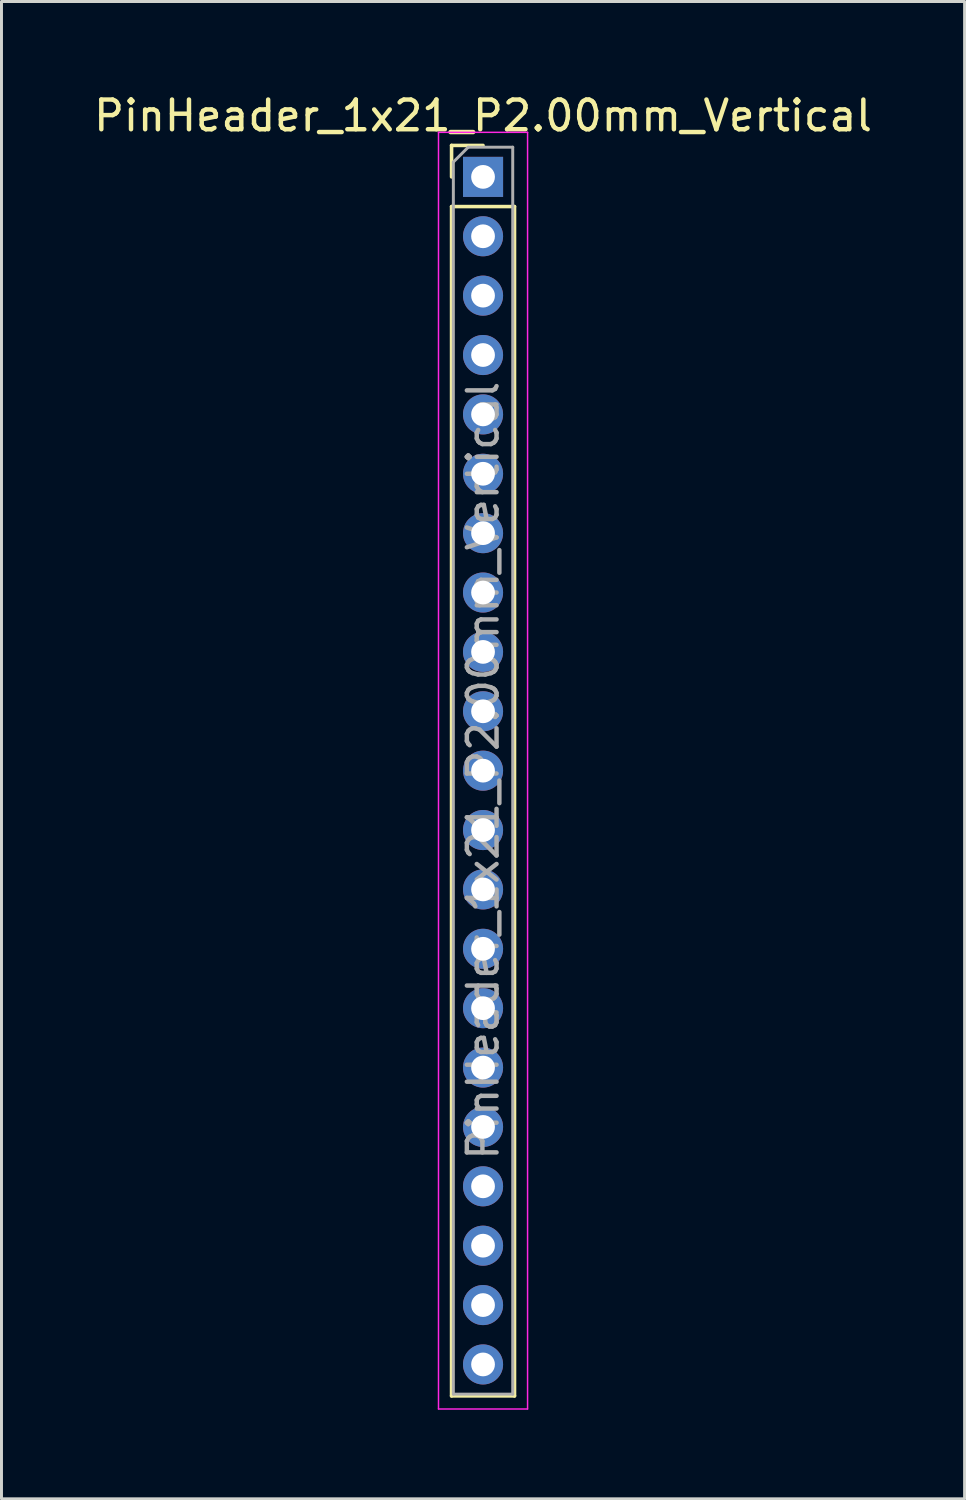
<source format=kicad_pcb>
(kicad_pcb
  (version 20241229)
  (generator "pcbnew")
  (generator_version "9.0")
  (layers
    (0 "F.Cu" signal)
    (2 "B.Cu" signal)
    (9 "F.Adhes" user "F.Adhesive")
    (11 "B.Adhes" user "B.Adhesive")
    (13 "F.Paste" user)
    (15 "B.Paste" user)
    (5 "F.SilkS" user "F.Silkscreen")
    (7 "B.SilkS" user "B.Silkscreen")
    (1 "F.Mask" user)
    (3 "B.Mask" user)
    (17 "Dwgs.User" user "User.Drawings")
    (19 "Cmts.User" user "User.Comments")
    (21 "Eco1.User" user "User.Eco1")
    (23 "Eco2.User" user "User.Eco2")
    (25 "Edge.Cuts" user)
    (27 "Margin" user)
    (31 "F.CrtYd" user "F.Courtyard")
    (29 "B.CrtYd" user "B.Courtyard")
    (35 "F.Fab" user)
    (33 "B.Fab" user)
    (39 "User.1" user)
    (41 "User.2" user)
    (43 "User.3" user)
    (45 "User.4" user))
  (footprint "PinHeader_1x21_P2.00mm_Vertical"
    (layer "F.Cu")
    (at 13.22 2.908)
    (property "Reference" "PinHeader_1x21_P2.00mm_Vertical" (at 0 -2.06 0) (layer "F.SilkS") (effects (font (size 1 1) (thickness 0.15))))
    (attr through_hole)
    (fp_line (start -1.06 -1.06) (end 0 -1.06) (stroke (width 0.12) (type solid)) (layer "F.SilkS"))
    (fp_line (start -1.06 0) (end -1.06 -1.06) (stroke (width 0.12) (type solid)) (layer "F.SilkS"))
    (fp_line (start -1.06 1) (end -1.06 41.06) (stroke (width 0.12) (type solid)) (layer "F.SilkS"))
    (fp_line (start -1.06 1) (end 1.06 1) (stroke (width 0.12) (type solid)) (layer "F.SilkS"))
    (fp_line (start -1.06 41.06) (end 1.06 41.06) (stroke (width 0.12) (type solid)) (layer "F.SilkS"))
    (fp_line (start 1.06 1) (end 1.06 41.06) (stroke (width 0.12) (type solid)) (layer "F.SilkS"))
    (fp_line (start -1.5 -1.5) (end -1.5 41.5) (stroke (width 0.05) (type solid)) (layer "F.CrtYd"))
    (fp_line (start -1.5 41.5) (end 1.5 41.5) (stroke (width 0.05) (type solid)) (layer "F.CrtYd"))
    (fp_line (start 1.5 -1.5) (end -1.5 -1.5) (stroke (width 0.05) (type solid)) (layer "F.CrtYd"))
    (fp_line (start 1.5 41.5) (end 1.5 -1.5) (stroke (width 0.05) (type solid)) (layer "F.CrtYd"))
    (fp_line (start -1 -0.5) (end -0.5 -1) (stroke (width 0.1) (type solid)) (layer "F.Fab"))
    (fp_line (start -1 41) (end -1 -0.5) (stroke (width 0.1) (type solid)) (layer "F.Fab"))
    (fp_line (start -0.5 -1) (end 1 -1) (stroke (width 0.1) (type solid)) (layer "F.Fab"))
    (fp_line (start 1 -1) (end 1 41) (stroke (width 0.1) (type solid)) (layer "F.Fab"))
    (fp_line (start 1 41) (end -1 41) (stroke (width 0.1) (type solid)) (layer "F.Fab"))
    (fp_text user "${REFERENCE}" (at 0 20 90) (layer "F.Fab") (effects (font (size 1 1) (thickness 0.15))))
    (pad "1" thru_hole rect (at 0 0) (size 1.35 1.35) (drill 0.8) (layers "*.Cu" "*.Mask"))
    (pad "2" thru_hole oval (at 0 2) (size 1.35 1.35) (drill 0.8) (layers "*.Cu" "*.Mask"))
    (pad "3" thru_hole oval (at 0 4) (size 1.35 1.35) (drill 0.8) (layers "*.Cu" "*.Mask"))
    (pad "4" thru_hole oval (at 0 6) (size 1.35 1.35) (drill 0.8) (layers "*.Cu" "*.Mask"))
    (pad "5" thru_hole oval (at 0 8) (size 1.35 1.35) (drill 0.8) (layers "*.Cu" "*.Mask"))
    (pad "6" thru_hole oval (at 0 10) (size 1.35 1.35) (drill 0.8) (layers "*.Cu" "*.Mask"))
    (pad "7" thru_hole oval (at 0 12) (size 1.35 1.35) (drill 0.8) (layers "*.Cu" "*.Mask"))
    (pad "8" thru_hole oval (at 0 14) (size 1.35 1.35) (drill 0.8) (layers "*.Cu" "*.Mask"))
    (pad "9" thru_hole oval (at 0 16) (size 1.35 1.35) (drill 0.8) (layers "*.Cu" "*.Mask"))
    (pad "10" thru_hole oval (at 0 18) (size 1.35 1.35) (drill 0.8) (layers "*.Cu" "*.Mask"))
    (pad "11" thru_hole oval (at 0 20) (size 1.35 1.35) (drill 0.8) (layers "*.Cu" "*.Mask"))
    (pad "12" thru_hole oval (at 0 22) (size 1.35 1.35) (drill 0.8) (layers "*.Cu" "*.Mask"))
    (pad "13" thru_hole oval (at 0 24) (size 1.35 1.35) (drill 0.8) (layers "*.Cu" "*.Mask"))
    (pad "14" thru_hole oval (at 0 26) (size 1.35 1.35) (drill 0.8) (layers "*.Cu" "*.Mask"))
    (pad "15" thru_hole oval (at 0 28) (size 1.35 1.35) (drill 0.8) (layers "*.Cu" "*.Mask"))
    (pad "16" thru_hole oval (at 0 30) (size 1.35 1.35) (drill 0.8) (layers "*.Cu" "*.Mask"))
    (pad "17" thru_hole oval (at 0 32) (size 1.35 1.35) (drill 0.8) (layers "*.Cu" "*.Mask"))
    (pad "18" thru_hole oval (at 0 34) (size 1.35 1.35) (drill 0.8) (layers "*.Cu" "*.Mask"))
    (pad "19" thru_hole oval (at 0 36) (size 1.35 1.35) (drill 0.8) (layers "*.Cu" "*.Mask"))
    (pad "20" thru_hole oval (at 0 38) (size 1.35 1.35) (drill 0.8) (layers "*.Cu" "*.Mask"))
    (pad "21" thru_hole oval (at 0 40) (size 1.35 1.35) (drill 0.8) (layers "*.Cu" "*.Mask")))
  (gr_rect
    (start -3 -3)
    (end 29.44 47.433)
    (stroke (width 0.1) (type default))
    (fill no)
    (layer "Edge.Cuts")))
</source>
